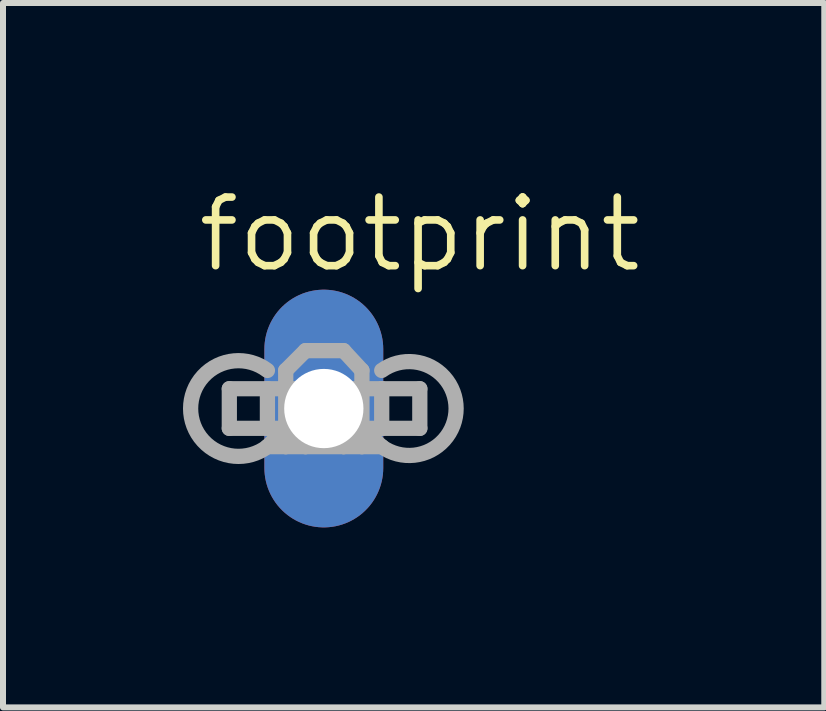
<source format=kicad_pcb>
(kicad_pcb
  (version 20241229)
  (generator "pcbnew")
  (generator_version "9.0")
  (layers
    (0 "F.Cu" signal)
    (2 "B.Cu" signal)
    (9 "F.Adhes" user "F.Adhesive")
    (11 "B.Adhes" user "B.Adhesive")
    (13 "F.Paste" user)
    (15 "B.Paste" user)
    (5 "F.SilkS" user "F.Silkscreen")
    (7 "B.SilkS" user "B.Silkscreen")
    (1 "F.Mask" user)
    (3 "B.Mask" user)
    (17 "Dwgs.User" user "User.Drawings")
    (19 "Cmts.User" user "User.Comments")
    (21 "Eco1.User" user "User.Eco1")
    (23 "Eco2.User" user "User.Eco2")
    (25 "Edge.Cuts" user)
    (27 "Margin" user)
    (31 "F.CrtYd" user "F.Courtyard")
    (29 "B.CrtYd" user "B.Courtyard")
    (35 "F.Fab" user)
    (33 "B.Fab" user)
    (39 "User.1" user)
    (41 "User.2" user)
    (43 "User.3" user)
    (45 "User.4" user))
  (footprint "footprint"
    (layer "F.Cu")
    (at 2.347 3.759)
    (property "Reference" "footprint" (at -2.159 -2.235 0) (layer "F.SilkS") (effects (font (size 1.143 1.143) (thickness 0.127)) (justify left bottom)))
    (fp_line (start -1.575 -0.33) (end -1.575 0.33) (stroke (width 0.254) (type solid)) (layer "F.Fab"))
    (fp_line (start -1.575 0.33) (end -0.94 0.33) (stroke (width 0.254) (type solid)) (layer "F.Fab"))
    (fp_line (start -0.94 -0.33) (end -1.575 -0.33) (stroke (width 0.254) (type solid)) (layer "F.Fab"))
    (fp_line (start -0.94 -0.33) (end -0.94 0.33) (stroke (width 0.254) (type solid)) (layer "F.Fab"))
    (fp_line (start -0.94 0.33) (end -0.635 0.33) (stroke (width 0.254) (type solid)) (layer "F.Fab"))
    (fp_line (start -0.94 0.635) (end -0.635 0.635) (stroke (width 0.254) (type solid)) (layer "F.Fab"))
    (fp_line (start -0.635 0.33) (end -0.94 0.635) (stroke (width 0.254) (type solid)) (layer "F.Fab"))
    (fp_line (start -0.635 0.33) (end -0.635 -0.635) (stroke (width 0.254) (type solid)) (layer "F.Fab"))
    (fp_line (start -0.635 0.33) (end -0.305 0.635) (stroke (width 0.254) (type solid)) (layer "F.Fab"))
    (fp_line (start -0.635 0.33) (end 0.635 0.33) (stroke (width 0.254) (type solid)) (layer "F.Fab"))
    (fp_line (start -0.635 0.635) (end -0.635 0.33) (stroke (width 0.254) (type solid)) (layer "F.Fab"))
    (fp_line (start -0.635 0.635) (end -0.305 0.635) (stroke (width 0.254) (type solid)) (layer "F.Fab"))
    (fp_line (start -0.305 -0.965) (end -0.635 -0.635) (stroke (width 0.254) (type solid)) (layer "F.Fab"))
    (fp_line (start -0.305 -0.965) (end 0.33 -0.965) (stroke (width 0.254) (type solid)) (layer "F.Fab"))
    (fp_line (start -0.305 0.635) (end 0.33 0.635) (stroke (width 0.254) (type solid)) (layer "F.Fab"))
    (fp_line (start 0.33 -0.965) (end 0.635 -0.635) (stroke (width 0.254) (type solid)) (layer "F.Fab"))
    (fp_line (start 0.33 0.635) (end 0.635 0.635) (stroke (width 0.254) (type solid)) (layer "F.Fab"))
    (fp_line (start 0.635 0.33) (end 0.33 0.635) (stroke (width 0.254) (type solid)) (layer "F.Fab"))
    (fp_line (start 0.635 0.33) (end 0.635 -0.635) (stroke (width 0.254) (type solid)) (layer "F.Fab"))
    (fp_line (start 0.635 0.33) (end 0.965 0.33) (stroke (width 0.254) (type solid)) (layer "F.Fab"))
    (fp_line (start 0.635 0.33) (end 0.965 0.635) (stroke (width 0.254) (type solid)) (layer "F.Fab"))
    (fp_line (start 0.635 0.635) (end 0.635 0.33) (stroke (width 0.254) (type solid)) (layer "F.Fab"))
    (fp_line (start 0.635 0.635) (end 0.965 0.635) (stroke (width 0.254) (type solid)) (layer "F.Fab"))
    (fp_line (start 0.965 -0.33) (end -0.94 -0.33) (stroke (width 0.254) (type solid)) (layer "F.Fab"))
    (fp_line (start 0.965 -0.33) (end 1.6 -0.33) (stroke (width 0.254) (type solid)) (layer "F.Fab"))
    (fp_line (start 0.965 0.33) (end 0.965 -0.33) (stroke (width 0.254) (type solid)) (layer "F.Fab"))
    (fp_line (start 1.6 -0.33) (end 1.6 0.33) (stroke (width 0.254) (type solid)) (layer "F.Fab"))
    (fp_line (start 1.6 0.33) (end 0.965 0.33) (stroke (width 0.254) (type solid)) (layer "F.Fab"))
    (fp_arc (start -0.9398 0.635) (mid -2.219976 0) (end -0.9398 -0.635) (stroke (width 0.254) (type solid)) (layer "F.Fab"))
    (fp_arc (start 0.9652 -0.635) (mid 2.204868 0) (end 0.9652 0.635) (stroke (width 0.254) (type solid)) (layer "F.Fab"))
    (pad "1" thru_hole oval (at 0 0 90) (size 3.962 1.981) (drill 1.321) (layers "*.Cu" "*.Mask")))
  (gr_rect
    (start -3 -3)
    (end 10.688 8.74)
    (stroke (width 0.1) (type default))
    (fill no)
    (layer "Edge.Cuts")))
</source>
